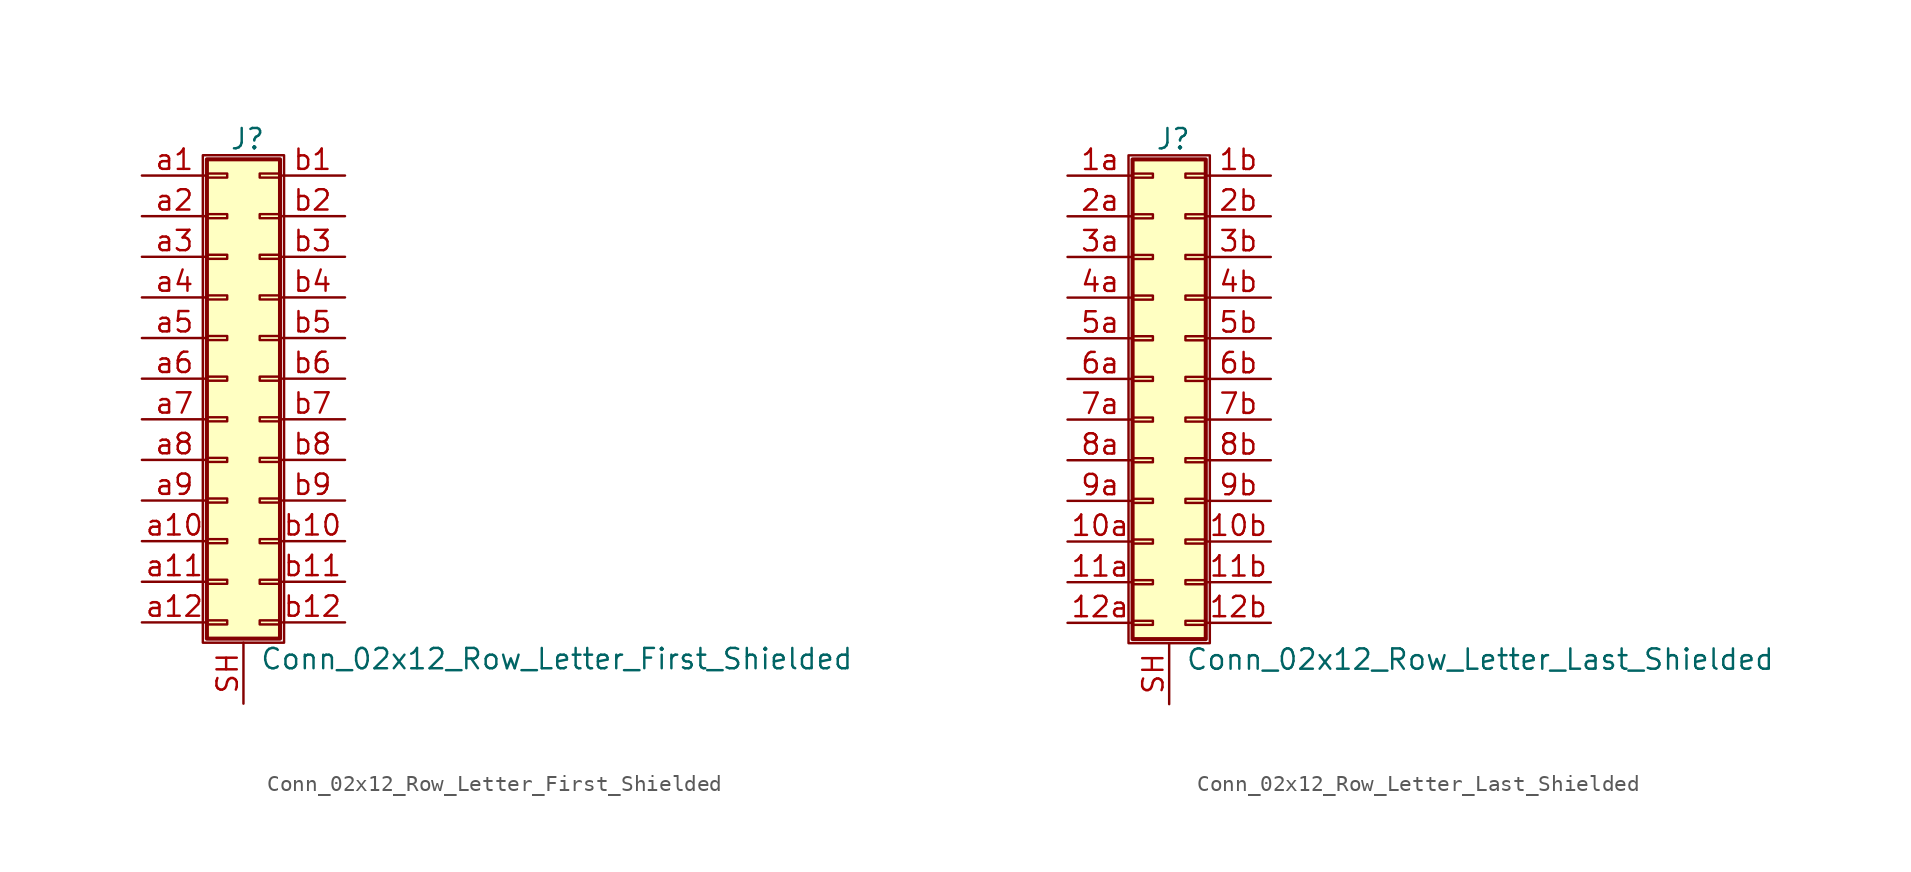
<source format=kicad_sym>
(kicad_symbol_lib
  (version 20201005)
  (generator kicad_symbol_editor)
  (symbol "Conn_02x12_Row_Letter_First_Shielded"
    (pin_names
      (offset 1.016) hide)
    (property "Reference" "J"
      (at 1.524 14.986 0)
      (effects (font (size 1.27 1.27))))
    (property "Value" "Conn_02x12_Row_Letter_First_Shielded"
      (at 2.286 -17.526 0)
      (effects (font (size 1.27 1.27)) (justify left)))
    (symbol "Conn_02x12_Row_Letter_First_Shielded_1_1"
      (rectangle (start -1.27 13.97) (end 3.81 -16.51) (stroke (width 0.152)) (fill (type none)))
      (rectangle (start -1.016 -15.113) (end 0.254 -15.367) (stroke (width 0.152)) (fill (type none)))
      (rectangle (start -1.016 -12.573) (end 0.254 -12.827) (stroke (width 0.152)) (fill (type none)))
      (rectangle (start -1.016 -10.033) (end 0.254 -10.287) (stroke (width 0.152)) (fill (type none)))
      (rectangle (start -1.016 -7.493) (end 0.254 -7.747) (stroke (width 0.152)) (fill (type none)))
      (rectangle (start -1.016 -4.953) (end 0.254 -5.207) (stroke (width 0.152)) (fill (type none)))
      (rectangle (start -1.016 -2.413) (end 0.254 -2.667) (stroke (width 0.152)) (fill (type none)))
      (rectangle (start -1.016 0.127) (end 0.254 -0.127) (stroke (width 0.152)) (fill (type none)))
      (rectangle (start -1.016 2.667) (end 0.254 2.413) (stroke (width 0.152)) (fill (type none)))
      (rectangle (start -1.016 5.207) (end 0.254 4.953) (stroke (width 0.152)) (fill (type none)))
      (rectangle (start -1.016 7.747) (end 0.254 7.493) (stroke (width 0.152)) (fill (type none)))
      (rectangle (start -1.016 10.287) (end 0.254 10.033) (stroke (width 0.152)) (fill (type none)))
      (rectangle (start -1.016 12.827) (end 0.254 12.573) (stroke (width 0.152)) (fill (type none)))
      (rectangle (start 3.556 -15.113) (end 2.286 -15.367) (stroke (width 0.152)) (fill (type none)))
      (rectangle (start 3.556 -12.573) (end 2.286 -12.827) (stroke (width 0.152)) (fill (type none)))
      (rectangle (start 3.556 -10.033) (end 2.286 -10.287) (stroke (width 0.152)) (fill (type none)))
      (rectangle (start 3.556 -7.493) (end 2.286 -7.747) (stroke (width 0.152)) (fill (type none)))
      (rectangle (start 3.556 -4.953) (end 2.286 -5.207) (stroke (width 0.152)) (fill (type none)))
      (rectangle (start 3.556 -2.413) (end 2.286 -2.667) (stroke (width 0.152)) (fill (type none)))
      (rectangle (start 3.556 0.127) (end 2.286 -0.127) (stroke (width 0.152)) (fill (type none)))
      (rectangle (start 3.556 2.667) (end 2.286 2.413) (stroke (width 0.152)) (fill (type none)))
      (rectangle (start 3.556 5.207) (end 2.286 4.953) (stroke (width 0.152)) (fill (type none)))
      (rectangle (start 3.556 7.747) (end 2.286 7.493) (stroke (width 0.152)) (fill (type none)))
      (rectangle (start 3.556 10.287) (end 2.286 10.033) (stroke (width 0.152)) (fill (type none)))
      (rectangle (start 3.556 12.827) (end 2.286 12.573) (stroke (width 0.152)) (fill (type none)))
      (rectangle (start -1.016 13.716) (end 3.556 -16.256) (stroke (width 0.254)) (fill (type background)))
      (pin passive line (at 1.27 -20.32 90) (length 3.81) (name "Shield" (effects (font (size 1.27 1.27)))) (number "SH" (effects (font (size 1.27 1.27)))))
      (pin passive line (at -5.08 12.7 0) (length 4.064) (name "Pin_a1" (effects (font (size 1.27 1.27)))) (number "a1" (effects (font (size 1.27 1.27)))))
      (pin passive line (at -5.08 -10.16 0) (length 4.064) (name "Pin_a10" (effects (font (size 1.27 1.27)))) (number "a10" (effects (font (size 1.27 1.27)))))
      (pin passive line (at -5.08 -12.7 0) (length 4.064) (name "Pin_a11" (effects (font (size 1.27 1.27)))) (number "a11" (effects (font (size 1.27 1.27)))))
      (pin passive line (at -5.08 -15.24 0) (length 4.064) (name "Pin_a12" (effects (font (size 1.27 1.27)))) (number "a12" (effects (font (size 1.27 1.27)))))
      (pin passive line (at -5.08 10.16 0) (length 4.064) (name "Pin_a2" (effects (font (size 1.27 1.27)))) (number "a2" (effects (font (size 1.27 1.27)))))
      (pin passive line (at -5.08 7.62 0) (length 4.064) (name "Pin_a3" (effects (font (size 1.27 1.27)))) (number "a3" (effects (font (size 1.27 1.27)))))
      (pin passive line (at -5.08 5.08 0) (length 4.064) (name "Pin_a4" (effects (font (size 1.27 1.27)))) (number "a4" (effects (font (size 1.27 1.27)))))
      (pin passive line (at -5.08 2.54 0) (length 4.064) (name "Pin_a5" (effects (font (size 1.27 1.27)))) (number "a5" (effects (font (size 1.27 1.27)))))
      (pin passive line (at -5.08 0 0) (length 4.064) (name "Pin_a6" (effects (font (size 1.27 1.27)))) (number "a6" (effects (font (size 1.27 1.27)))))
      (pin passive line (at -5.08 -2.54 0) (length 4.064) (name "Pin_a7" (effects (font (size 1.27 1.27)))) (number "a7" (effects (font (size 1.27 1.27)))))
      (pin passive line (at -5.08 -5.08 0) (length 4.064) (name "Pin_a8" (effects (font (size 1.27 1.27)))) (number "a8" (effects (font (size 1.27 1.27)))))
      (pin passive line (at -5.08 -7.62 0) (length 4.064) (name "Pin_a9" (effects (font (size 1.27 1.27)))) (number "a9" (effects (font (size 1.27 1.27)))))
      (pin passive line (at 7.62 12.7 180) (length 4.064) (name "Pin_b1" (effects (font (size 1.27 1.27)))) (number "b1" (effects (font (size 1.27 1.27)))))
      (pin passive line (at 7.62 -10.16 180) (length 4.064) (name "Pin_b10" (effects (font (size 1.27 1.27)))) (number "b10" (effects (font (size 1.27 1.27)))))
      (pin passive line (at 7.62 -12.7 180) (length 4.064) (name "Pin_b11" (effects (font (size 1.27 1.27)))) (number "b11" (effects (font (size 1.27 1.27)))))
      (pin passive line (at 7.62 -15.24 180) (length 4.064) (name "Pin_b12" (effects (font (size 1.27 1.27)))) (number "b12" (effects (font (size 1.27 1.27)))))
      (pin passive line (at 7.62 10.16 180) (length 4.064) (name "Pin_b2" (effects (font (size 1.27 1.27)))) (number "b2" (effects (font (size 1.27 1.27)))))
      (pin passive line (at 7.62 7.62 180) (length 4.064) (name "Pin_b3" (effects (font (size 1.27 1.27)))) (number "b3" (effects (font (size 1.27 1.27)))))
      (pin passive line (at 7.62 5.08 180) (length 4.064) (name "Pin_b4" (effects (font (size 1.27 1.27)))) (number "b4" (effects (font (size 1.27 1.27)))))
      (pin passive line (at 7.62 2.54 180) (length 4.064) (name "Pin_b5" (effects (font (size 1.27 1.27)))) (number "b5" (effects (font (size 1.27 1.27)))))
      (pin passive line (at 7.62 0 180) (length 4.064) (name "Pin_b6" (effects (font (size 1.27 1.27)))) (number "b6" (effects (font (size 1.27 1.27)))))
      (pin passive line (at 7.62 -2.54 180) (length 4.064) (name "Pin_b7" (effects (font (size 1.27 1.27)))) (number "b7" (effects (font (size 1.27 1.27)))))
      (pin passive line (at 7.62 -5.08 180) (length 4.064) (name "Pin_b8" (effects (font (size 1.27 1.27)))) (number "b8" (effects (font (size 1.27 1.27)))))
      (pin passive line (at 7.62 -7.62 180) (length 4.064) (name "Pin_b9" (effects (font (size 1.27 1.27)))) (number "b9" (effects (font (size 1.27 1.27)))))))
  (symbol "Conn_02x12_Row_Letter_Last_Shielded"
    (pin_names
      (offset 1.016) hide)
    (property "Reference" "J"
      (at 1.524 14.986 0)
      (effects (font (size 1.27 1.27))))
    (property "Value" "Conn_02x12_Row_Letter_Last_Shielded"
      (at 2.286 -17.526 0)
      (effects (font (size 1.27 1.27)) (justify left)))
    (symbol "Conn_02x12_Row_Letter_Last_Shielded_1_1"
      (rectangle (start -1.27 13.97) (end 3.81 -16.51) (stroke (width 0.152)) (fill (type none)))
      (rectangle (start -1.016 -15.113) (end 0.254 -15.367) (stroke (width 0.152)) (fill (type none)))
      (rectangle (start -1.016 -12.573) (end 0.254 -12.827) (stroke (width 0.152)) (fill (type none)))
      (rectangle (start -1.016 -10.033) (end 0.254 -10.287) (stroke (width 0.152)) (fill (type none)))
      (rectangle (start -1.016 -7.493) (end 0.254 -7.747) (stroke (width 0.152)) (fill (type none)))
      (rectangle (start -1.016 -4.953) (end 0.254 -5.207) (stroke (width 0.152)) (fill (type none)))
      (rectangle (start -1.016 -2.413) (end 0.254 -2.667) (stroke (width 0.152)) (fill (type none)))
      (rectangle (start -1.016 0.127) (end 0.254 -0.127) (stroke (width 0.152)) (fill (type none)))
      (rectangle (start -1.016 2.667) (end 0.254 2.413) (stroke (width 0.152)) (fill (type none)))
      (rectangle (start -1.016 5.207) (end 0.254 4.953) (stroke (width 0.152)) (fill (type none)))
      (rectangle (start -1.016 7.747) (end 0.254 7.493) (stroke (width 0.152)) (fill (type none)))
      (rectangle (start -1.016 10.287) (end 0.254 10.033) (stroke (width 0.152)) (fill (type none)))
      (rectangle (start -1.016 12.827) (end 0.254 12.573) (stroke (width 0.152)) (fill (type none)))
      (rectangle (start 3.556 -15.113) (end 2.286 -15.367) (stroke (width 0.152)) (fill (type none)))
      (rectangle (start 3.556 -12.573) (end 2.286 -12.827) (stroke (width 0.152)) (fill (type none)))
      (rectangle (start 3.556 -10.033) (end 2.286 -10.287) (stroke (width 0.152)) (fill (type none)))
      (rectangle (start 3.556 -7.493) (end 2.286 -7.747) (stroke (width 0.152)) (fill (type none)))
      (rectangle (start 3.556 -4.953) (end 2.286 -5.207) (stroke (width 0.152)) (fill (type none)))
      (rectangle (start 3.556 -2.413) (end 2.286 -2.667) (stroke (width 0.152)) (fill (type none)))
      (rectangle (start 3.556 0.127) (end 2.286 -0.127) (stroke (width 0.152)) (fill (type none)))
      (rectangle (start 3.556 2.667) (end 2.286 2.413) (stroke (width 0.152)) (fill (type none)))
      (rectangle (start 3.556 5.207) (end 2.286 4.953) (stroke (width 0.152)) (fill (type none)))
      (rectangle (start 3.556 7.747) (end 2.286 7.493) (stroke (width 0.152)) (fill (type none)))
      (rectangle (start 3.556 10.287) (end 2.286 10.033) (stroke (width 0.152)) (fill (type none)))
      (rectangle (start 3.556 12.827) (end 2.286 12.573) (stroke (width 0.152)) (fill (type none)))
      (rectangle (start -1.016 13.716) (end 3.556 -16.256) (stroke (width 0.254)) (fill (type background)))
      (pin passive line (at -5.08 -10.16 0) (length 4.064) (name "Pin_10a" (effects (font (size 1.27 1.27)))) (number "10a" (effects (font (size 1.27 1.27)))))
      (pin passive line (at 7.62 -10.16 180) (length 4.064) (name "Pin_10b" (effects (font (size 1.27 1.27)))) (number "10b" (effects (font (size 1.27 1.27)))))
      (pin passive line (at -5.08 -12.7 0) (length 4.064) (name "Pin_11a" (effects (font (size 1.27 1.27)))) (number "11a" (effects (font (size 1.27 1.27)))))
      (pin passive line (at 7.62 -12.7 180) (length 4.064) (name "Pin_11b" (effects (font (size 1.27 1.27)))) (number "11b" (effects (font (size 1.27 1.27)))))
      (pin passive line (at -5.08 -15.24 0) (length 4.064) (name "Pin_12a" (effects (font (size 1.27 1.27)))) (number "12a" (effects (font (size 1.27 1.27)))))
      (pin passive line (at 7.62 -15.24 180) (length 4.064) (name "Pin_12b" (effects (font (size 1.27 1.27)))) (number "12b" (effects (font (size 1.27 1.27)))))
      (pin passive line (at -5.08 12.7 0) (length 4.064) (name "Pin_1a" (effects (font (size 1.27 1.27)))) (number "1a" (effects (font (size 1.27 1.27)))))
      (pin passive line (at 7.62 12.7 180) (length 4.064) (name "Pin_1b" (effects (font (size 1.27 1.27)))) (number "1b" (effects (font (size 1.27 1.27)))))
      (pin passive line (at -5.08 10.16 0) (length 4.064) (name "Pin_2a" (effects (font (size 1.27 1.27)))) (number "2a" (effects (font (size 1.27 1.27)))))
      (pin passive line (at 7.62 10.16 180) (length 4.064) (name "Pin_2b" (effects (font (size 1.27 1.27)))) (number "2b" (effects (font (size 1.27 1.27)))))
      (pin passive line (at -5.08 7.62 0) (length 4.064) (name "Pin_3a" (effects (font (size 1.27 1.27)))) (number "3a" (effects (font (size 1.27 1.27)))))
      (pin passive line (at 7.62 7.62 180) (length 4.064) (name "Pin_3b" (effects (font (size 1.27 1.27)))) (number "3b" (effects (font (size 1.27 1.27)))))
      (pin passive line (at -5.08 5.08 0) (length 4.064) (name "Pin_4a" (effects (font (size 1.27 1.27)))) (number "4a" (effects (font (size 1.27 1.27)))))
      (pin passive line (at 7.62 5.08 180) (length 4.064) (name "Pin_4b" (effects (font (size 1.27 1.27)))) (number "4b" (effects (font (size 1.27 1.27)))))
      (pin passive line (at -5.08 2.54 0) (length 4.064) (name "Pin_5a" (effects (font (size 1.27 1.27)))) (number "5a" (effects (font (size 1.27 1.27)))))
      (pin passive line (at 7.62 2.54 180) (length 4.064) (name "Pin_5b" (effects (font (size 1.27 1.27)))) (number "5b" (effects (font (size 1.27 1.27)))))
      (pin passive line (at -5.08 0 0) (length 4.064) (name "Pin_6a" (effects (font (size 1.27 1.27)))) (number "6a" (effects (font (size 1.27 1.27)))))
      (pin passive line (at 7.62 0 180) (length 4.064) (name "Pin_6b" (effects (font (size 1.27 1.27)))) (number "6b" (effects (font (size 1.27 1.27)))))
      (pin passive line (at -5.08 -2.54 0) (length 4.064) (name "Pin_7a" (effects (font (size 1.27 1.27)))) (number "7a" (effects (font (size 1.27 1.27)))))
      (pin passive line (at 7.62 -2.54 180) (length 4.064) (name "Pin_7b" (effects (font (size 1.27 1.27)))) (number "7b" (effects (font (size 1.27 1.27)))))
      (pin passive line (at -5.08 -5.08 0) (length 4.064) (name "Pin_8a" (effects (font (size 1.27 1.27)))) (number "8a" (effects (font (size 1.27 1.27)))))
      (pin passive line (at 7.62 -5.08 180) (length 4.064) (name "Pin_8b" (effects (font (size 1.27 1.27)))) (number "8b" (effects (font (size 1.27 1.27)))))
      (pin passive line (at -5.08 -7.62 0) (length 4.064) (name "Pin_9a" (effects (font (size 1.27 1.27)))) (number "9a" (effects (font (size 1.27 1.27)))))
      (pin passive line (at 7.62 -7.62 180) (length 4.064) (name "Pin_9b" (effects (font (size 1.27 1.27)))) (number "9b" (effects (font (size 1.27 1.27)))))
      (pin passive line (at 1.27 -20.32 90) (length 3.81) (name "Shield" (effects (font (size 1.27 1.27)))) (number "SH" (effects (font (size 1.27 1.27))))))))
</source>
